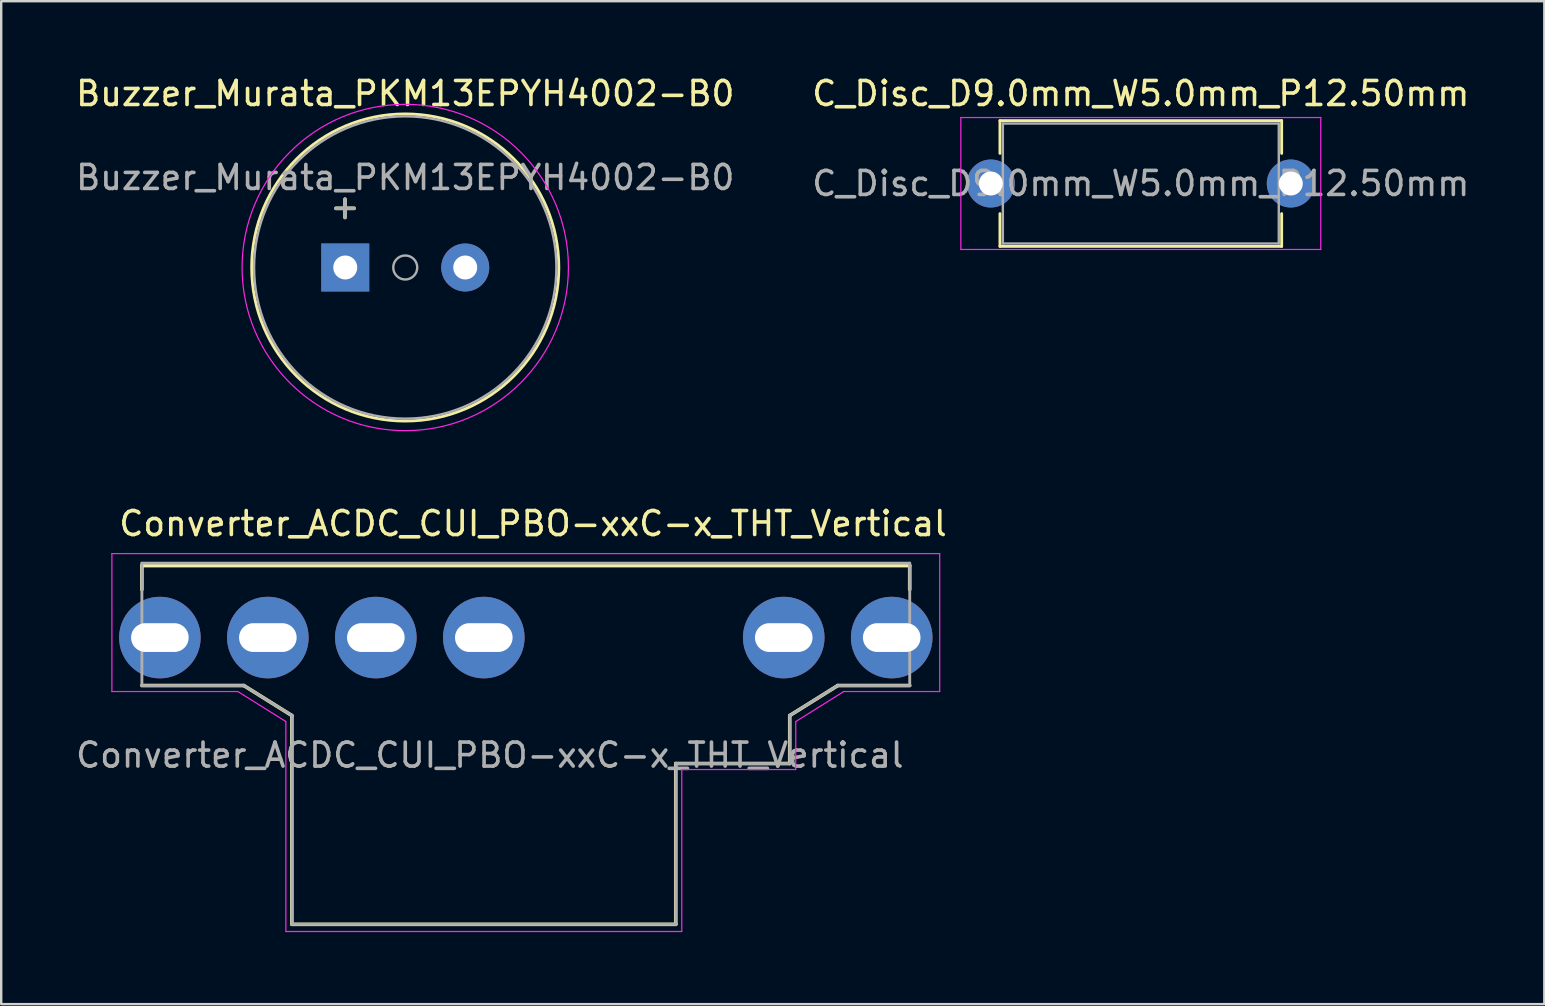
<source format=kicad_pcb>
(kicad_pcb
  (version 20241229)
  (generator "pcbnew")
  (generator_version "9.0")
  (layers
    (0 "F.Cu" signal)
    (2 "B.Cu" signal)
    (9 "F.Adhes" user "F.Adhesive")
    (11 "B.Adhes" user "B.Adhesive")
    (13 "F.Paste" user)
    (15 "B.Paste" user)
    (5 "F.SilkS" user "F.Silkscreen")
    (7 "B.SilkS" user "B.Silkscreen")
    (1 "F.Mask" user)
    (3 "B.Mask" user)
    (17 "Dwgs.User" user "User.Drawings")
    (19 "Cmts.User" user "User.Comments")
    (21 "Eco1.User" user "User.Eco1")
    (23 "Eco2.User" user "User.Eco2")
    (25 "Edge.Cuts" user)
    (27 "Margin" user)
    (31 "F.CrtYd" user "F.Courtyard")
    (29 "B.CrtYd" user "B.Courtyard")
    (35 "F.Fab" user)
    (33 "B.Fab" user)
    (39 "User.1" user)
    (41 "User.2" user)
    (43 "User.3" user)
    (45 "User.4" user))
  (footprint "C_Disc_D9.0mm_W5.0mm_P12.50mm"
    (layer "F.Cu")
    (at 38.244 4.598)
    (property "Reference" "C_Disc_D9.0mm_W5.0mm_P12.50mm" (at 6.25 -3.75 0) (layer "F.SilkS") (effects (font (size 1 1) (thickness 0.15))))
    (attr through_hole)
    (fp_line (start 0.38 -2.62) (end 0.38 -1.256) (stroke (width 0.12) (type solid)) (layer "F.SilkS"))
    (fp_line (start 0.38 -2.62) (end 12.12 -2.62) (stroke (width 0.12) (type solid)) (layer "F.SilkS"))
    (fp_line (start 0.38 1.256) (end 0.38 2.62) (stroke (width 0.12) (type solid)) (layer "F.SilkS"))
    (fp_line (start 0.38 2.62) (end 12.12 2.62) (stroke (width 0.12) (type solid)) (layer "F.SilkS"))
    (fp_line (start 12.12 -2.62) (end 12.12 -1.256) (stroke (width 0.12) (type solid)) (layer "F.SilkS"))
    (fp_line (start 12.12 1.256) (end 12.12 2.62) (stroke (width 0.12) (type solid)) (layer "F.SilkS"))
    (fp_line (start -1.25 -2.75) (end -1.25 2.75) (stroke (width 0.05) (type solid)) (layer "F.CrtYd"))
    (fp_line (start -1.25 2.75) (end 13.75 2.75) (stroke (width 0.05) (type solid)) (layer "F.CrtYd"))
    (fp_line (start 13.75 -2.75) (end -1.25 -2.75) (stroke (width 0.05) (type solid)) (layer "F.CrtYd"))
    (fp_line (start 13.75 2.75) (end 13.75 -2.75) (stroke (width 0.05) (type solid)) (layer "F.CrtYd"))
    (fp_line (start 0.5 -2.5) (end 0.5 2.5) (stroke (width 0.1) (type solid)) (layer "F.Fab"))
    (fp_line (start 0.5 2.5) (end 12 2.5) (stroke (width 0.1) (type solid)) (layer "F.Fab"))
    (fp_line (start 12 -2.5) (end 0.5 -2.5) (stroke (width 0.1) (type solid)) (layer "F.Fab"))
    (fp_line (start 12 2.5) (end 12 -2.5) (stroke (width 0.1) (type solid)) (layer "F.Fab"))
    (fp_text user "${REFERENCE}" (at 6.25 0 0) (layer "F.Fab") (effects (font (size 1 1) (thickness 0.15))))
    (pad "1" thru_hole circle (at 0 0) (size 2 2) (drill 1) (layers "*.Cu" "*.Mask"))
    (pad "2" thru_hole circle (at 12.5 0) (size 2 2) (drill 1) (layers "*.Cu" "*.Mask")))
  (footprint "Buzzer_Murata_PKM13EPYH4002-B0"
    (layer "F.Cu")
    (at 11.339 8.098)
    (property "Reference" "Buzzer_Murata_PKM13EPYH4002-B0" (at 2.5 -7.25 0) (layer "F.SilkS") (effects (font (size 1 1) (thickness 0.15))))
    (attr through_hole)
    (fp_circle (center 2.5 0) (end 8.9 0) (stroke (width 0.12) (type solid)) (fill no) (layer "F.SilkS"))
    (fp_circle (center 2.5 0) (end 9.3 0) (stroke (width 0.05) (type solid)) (fill no) (layer "F.CrtYd"))
    (fp_circle (center 2.5 0) (end 3 0) (stroke (width 0.1) (type solid)) (fill no) (layer "F.Fab"))
    (fp_circle (center 2.5 0) (end 8.8 0) (stroke (width 0.1) (type solid)) (fill no) (layer "F.Fab"))
    (fp_text user "+" (at -0.01 -2.54 0) (layer "F.SilkS") (effects (font (size 1 1) (thickness 0.15))))
    (fp_text user "+" (at -0.01 -2.54 0) (layer "F.Fab") (effects (font (size 1 1) (thickness 0.15))))
    (fp_text user "${REFERENCE}" (at 2.5 -3.75 0) (layer "F.Fab") (effects (font (size 1 1) (thickness 0.15))))
    (pad "1" thru_hole rect (at 0 0) (size 2 2) (drill 1) (layers "*.Cu" "*.Mask"))
    (pad "2" thru_hole circle (at 5 0) (size 2 2) (drill 1) (layers "*.Cu" "*.Mask")))
  (footprint "Converter_ACDC_CUI_PBO-xxC-x_THT_Vertical"
    (layer "F.Cu")
    (at 3.613 23.521)
    (property "Reference" "Converter_ACDC_CUI_PBO-xxC-x_THT_Vertical" (at 15.55 -4.75 0) (layer "F.SilkS") (effects (font (size 1 1) (thickness 0.15))))
    (attr through_hole)
    (fp_line (start -0.75 -3) (end 31.25 -3) (stroke (width 0.15) (type solid)) (layer "F.SilkS"))
    (fp_line (start -0.75 -2) (end -0.75 -3) (stroke (width 0.15) (type solid)) (layer "F.SilkS"))
    (fp_line (start -0.75 2) (end 3.5 2) (stroke (width 0.15) (type solid)) (layer "F.SilkS"))
    (fp_line (start 5.5 3.25) (end 3.5 2) (stroke (width 0.15) (type solid)) (layer "F.SilkS"))
    (fp_line (start 5.5 11.95) (end 5.5 3.25) (stroke (width 0.15) (type solid)) (layer "F.SilkS"))
    (fp_line (start 21.5 5.25) (end 21.5 11.95) (stroke (width 0.15) (type solid)) (layer "F.SilkS"))
    (fp_line (start 21.5 5.25) (end 26.25 5.25) (stroke (width 0.15) (type solid)) (layer "F.SilkS"))
    (fp_line (start 21.5 11.95) (end 5.5 11.95) (stroke (width 0.15) (type solid)) (layer "F.SilkS"))
    (fp_line (start 26.25 5.25) (end 26.25 3.25) (stroke (width 0.15) (type solid)) (layer "F.SilkS"))
    (fp_line (start 28.25 2) (end 26.25 3.25) (stroke (width 0.15) (type solid)) (layer "F.SilkS"))
    (fp_line (start 28.25 2) (end 31.25 2) (stroke (width 0.15) (type solid)) (layer "F.SilkS"))
    (fp_line (start 31.25 -3) (end 31.25 -2) (stroke (width 0.15) (type solid)) (layer "F.SilkS"))
    (fp_line (start -2 -3.5) (end 32.5 -3.5) (stroke (width 0.05) (type solid)) (layer "F.CrtYd"))
    (fp_line (start -2 2.25) (end -2 -3.5) (stroke (width 0.05) (type solid)) (layer "F.CrtYd"))
    (fp_line (start 3.25 2.25) (end -2 2.25) (stroke (width 0.05) (type solid)) (layer "F.CrtYd"))
    (fp_line (start 5.25 3.5) (end 3.25 2.25) (stroke (width 0.05) (type solid)) (layer "F.CrtYd"))
    (fp_line (start 5.25 12.25) (end 5.25 3.5) (stroke (width 0.05) (type solid)) (layer "F.CrtYd"))
    (fp_line (start 21.75 5.5) (end 21.75 12.25) (stroke (width 0.05) (type solid)) (layer "F.CrtYd"))
    (fp_line (start 21.75 5.5) (end 26.5 5.5) (stroke (width 0.05) (type solid)) (layer "F.CrtYd"))
    (fp_line (start 21.75 12.25) (end 5.25 12.25) (stroke (width 0.05) (type solid)) (layer "F.CrtYd"))
    (fp_line (start 26.5 3.5) (end 28.5 2.25) (stroke (width 0.05) (type solid)) (layer "F.CrtYd"))
    (fp_line (start 26.5 5.5) (end 26.5 3.5) (stroke (width 0.05) (type solid)) (layer "F.CrtYd"))
    (fp_line (start 32.5 -3.5) (end 32.5 2.25) (stroke (width 0.05) (type solid)) (layer "F.CrtYd"))
    (fp_line (start 32.5 2.25) (end 28.5 2.25) (stroke (width 0.05) (type solid)) (layer "F.CrtYd"))
    (fp_line (start -0.75 -3.1) (end -0.75 2) (stroke (width 0.12) (type solid)) (layer "F.Fab"))
    (fp_line (start -0.75 -3.1) (end 31.25 -3.1) (stroke (width 0.12) (type solid)) (layer "F.Fab"))
    (fp_line (start -0.75 2) (end 3.5 2) (stroke (width 0.12) (type solid)) (layer "F.Fab"))
    (fp_line (start 3.5 2) (end 5.5 3.25) (stroke (width 0.12) (type solid)) (layer "F.Fab"))
    (fp_line (start 5.5 3.25) (end 5.5 11.95) (stroke (width 0.12) (type solid)) (layer "F.Fab"))
    (fp_line (start 5.5 11.95) (end 21.5 11.95) (stroke (width 0.12) (type solid)) (layer "F.Fab"))
    (fp_line (start 21.5 5.25) (end 21.5 11.95) (stroke (width 0.12) (type solid)) (layer "F.Fab"))
    (fp_line (start 21.5 5.25) (end 26.25 5.25) (stroke (width 0.12) (type solid)) (layer "F.Fab"))
    (fp_line (start 26.25 3.25) (end 28.25 2) (stroke (width 0.12) (type solid)) (layer "F.Fab"))
    (fp_line (start 26.25 5.25) (end 26.25 3.25) (stroke (width 0.12) (type solid)) (layer "F.Fab"))
    (fp_line (start 28.25 2) (end 31.25 2) (stroke (width 0.12) (type solid)) (layer "F.Fab"))
    (fp_line (start 31.25 -3.1) (end 31.25 2) (stroke (width 0.12) (type solid)) (layer "F.Fab"))
    (fp_text user "${REFERENCE}" (at 13.75 4.9 0) (layer "F.Fab") (effects (font (size 1 1) (thickness 0.15))))
    (pad "1" thru_hole oval (at 0 0) (size 3.4 3.4) (drill oval 2.4 1.2) (layers "*.Cu" "*.Mask"))
    (pad "3" thru_hole oval (at 4.5 0) (size 3.4 3.4) (drill oval 2.4 1.2) (layers "*.Cu" "*.Mask"))
    (pad "5" thru_hole oval (at 9 0) (size 3.4 3.4) (drill oval 2.4 1.2) (layers "*.Cu" "*.Mask"))
    (pad "7" thru_hole oval (at 13.5 0) (size 3.4 3.4) (drill oval 2.4 1.2) (layers "*.Cu" "*.Mask"))
    (pad "10" thru_hole oval (at 26 0) (size 3.4 3.4) (drill oval 2.4 1.2) (layers "*.Cu" "*.Mask"))
    (pad "12" thru_hole oval (at 30.5 0) (size 3.4 3.4) (drill oval 2.4 1.2) (layers "*.Cu" "*.Mask")))
  (gr_rect
    (start -3 -3)
    (end 61.31 38.797)
    (stroke (width 0.1) (type default))
    (fill no)
    (layer "Edge.Cuts")))
</source>
